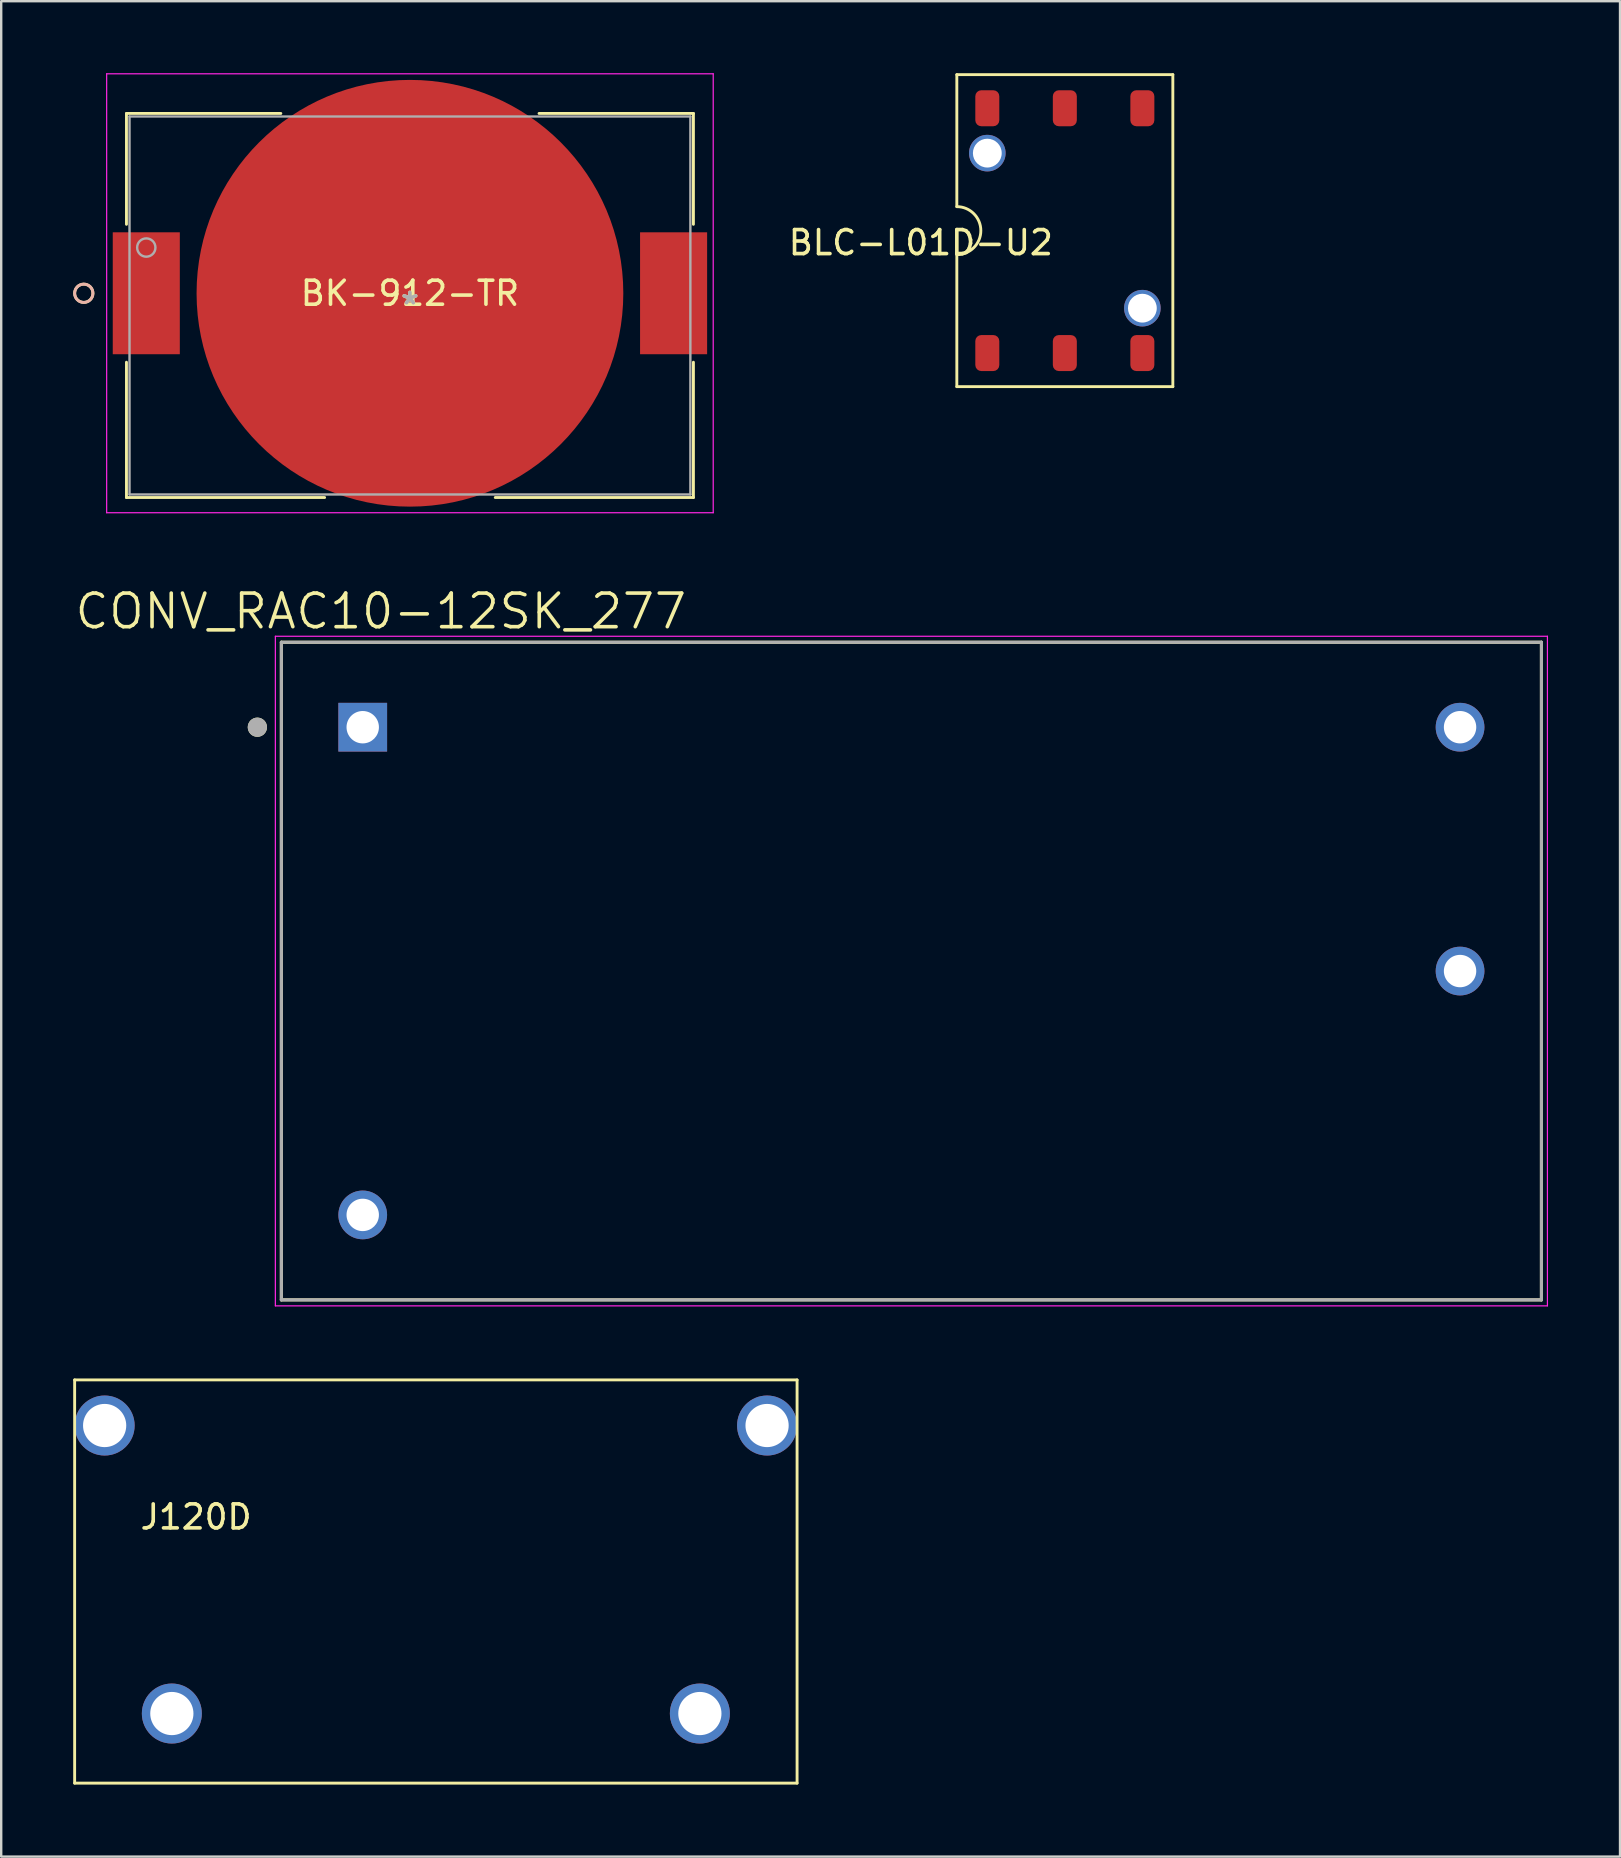
<source format=kicad_pcb>
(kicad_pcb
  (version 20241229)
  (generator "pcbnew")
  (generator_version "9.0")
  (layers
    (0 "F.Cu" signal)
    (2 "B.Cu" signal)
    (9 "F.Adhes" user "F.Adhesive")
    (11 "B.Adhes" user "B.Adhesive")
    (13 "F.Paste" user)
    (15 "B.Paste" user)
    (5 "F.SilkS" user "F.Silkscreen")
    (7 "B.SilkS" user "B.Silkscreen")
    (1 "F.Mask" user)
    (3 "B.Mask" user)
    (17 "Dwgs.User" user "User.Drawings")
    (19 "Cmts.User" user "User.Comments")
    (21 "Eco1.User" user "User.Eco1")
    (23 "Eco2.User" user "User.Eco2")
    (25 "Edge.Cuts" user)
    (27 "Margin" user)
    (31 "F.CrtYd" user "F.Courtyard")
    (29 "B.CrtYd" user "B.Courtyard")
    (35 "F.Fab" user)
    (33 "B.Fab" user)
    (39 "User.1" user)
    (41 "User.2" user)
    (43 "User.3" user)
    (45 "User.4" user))
  (footprint "J120D"
    (layer "F.Cu")
    (at 1.31 56.344)
    (property "Reference" "J120D" (at 3.81 3.81 0) (layer "F.SilkS") (effects (font (size 1 1) (thickness 0.15))))
    (attr through_hole)
    (fp_line (start -1.25 -1.9) (end -1.25 14.9) (stroke (width 0.12) (type solid)) (layer "F.SilkS"))
    (fp_line (start -1.25 -1.9) (end 28.85 -1.9) (stroke (width 0.12) (type solid)) (layer "F.SilkS"))
    (fp_line (start 28.85 -1.9) (end 28.85 14.9) (stroke (width 0.12) (type solid)) (layer "F.SilkS"))
    (fp_line (start 28.85 14.9) (end -1.25 14.9) (stroke (width 0.12) (type solid)) (layer "F.SilkS"))
    (pad "1" thru_hole circle (at 2.8 12) (size 2.5 2.5) (drill 1.8) (layers "*.Cu" "*.Mask"))
    (pad "2" thru_hole circle (at 24.8 12) (size 2.5 2.5) (drill 1.8) (layers "*.Cu" "*.Mask"))
    (pad "3" thru_hole circle (at 27.6 0) (size 2.5 2.5) (drill 1.8) (layers "*.Cu" "*.Mask"))
    (pad "4" thru_hole circle (at 0 0) (size 2.5 2.5) (drill 1.8) (layers "*.Cu" "*.Mask")))
  (footprint "BLC-L01D-U2"
    (layer "F.Cu")
    (at 41.316 6.56)
    (property "Reference" "BLC-L01D-U2" (at -6 0.5 0) (layer "F.SilkS") (effects (font (size 1 1) (thickness 0.15))))
    (attr through_hole)
    (fp_line (start -4.5 -6.5) (end 4.5 -6.5) (stroke (width 0.12) (type solid)) (layer "F.SilkS"))
    (fp_line (start -4.5 -1) (end -4.5 -6.5) (stroke (width 0.12) (type solid)) (layer "F.SilkS"))
    (fp_line (start -4.5 1) (end -4.5 6.5) (stroke (width 0.12) (type solid)) (layer "F.SilkS"))
    (fp_line (start 4.5 -6.5) (end 4.5 6.5) (stroke (width 0.12) (type solid)) (layer "F.SilkS"))
    (fp_line (start 4.5 6.5) (end -4.5 6.5) (stroke (width 0.12) (type solid)) (layer "F.SilkS"))
    (fp_arc (start -4.5 -1) (mid -3.5 0) (end -4.5 1) (stroke (width 0.12) (type solid)) (layer "F.SilkS"))
    (pad "0" thru_hole circle (at -3.23 -3.23) (size 1.524 1.524) (drill 1.2) (layers "*.Mask" "F.Cu"))
    (pad "0" thru_hole circle (at 3.23 3.23) (size 1.524 1.524) (drill 1.2) (layers "*.Mask" "F.Cu"))
    (pad "1" smd roundrect (at -3.23 -5.1) (size 1 1.5) (layers "F.Cu" "F.Mask" "F.Paste") (roundrect_rratio 0.25))
    (pad "2" smd roundrect (at 0 -5.1) (size 1 1.5) (layers "F.Cu" "F.Mask" "F.Paste") (roundrect_rratio 0.25))
    (pad "3" smd roundrect (at 3.23 -5.1) (size 1 1.5) (layers "F.Cu" "F.Mask" "F.Paste") (roundrect_rratio 0.25))
    (pad "4" smd roundrect (at -3.23 5.1) (size 1 1.5) (layers "F.Cu" "F.Mask" "F.Paste") (roundrect_rratio 0.25))
    (pad "5" smd roundrect (at 0 5.1) (size 1 1.5) (layers "F.Cu" "F.Mask" "F.Paste") (roundrect_rratio 0.25))
    (pad "6" smd roundrect (at 3.23 5.1) (size 1 1.5) (layers "F.Cu" "F.Mask" "F.Paste") (roundrect_rratio 0.25)))
  (footprint "BK-912-TR"
    (layer "F.Cu")
    (at 14.03 9.678)
    (property "Reference" "BK-912-TR" (at 0 -0.509 0) (layer "F.SilkS") (effects (font (size 1 1) (thickness 0.15))))
    (attr through_hole)
    (fp_line (start -11.811 -8.001) (end -11.811 -3.382) (stroke (width 0.12) (type solid)) (layer "F.SilkS"))
    (fp_line (start -11.811 2.364) (end -11.811 8.001) (stroke (width 0.12) (type solid)) (layer "F.SilkS"))
    (fp_line (start -11.811 8.001) (end -3.555 8.001) (stroke (width 0.12) (type solid)) (layer "F.SilkS"))
    (fp_line (start -5.379 -8.001) (end -11.811 -8.001) (stroke (width 0.12) (type solid)) (layer "F.SilkS"))
    (fp_line (start 3.555 8.001) (end 11.811 8.001) (stroke (width 0.12) (type solid)) (layer "F.SilkS"))
    (fp_line (start 11.811 -8.001) (end 5.379 -8.001) (stroke (width 0.12) (type solid)) (layer "F.SilkS"))
    (fp_line (start 11.811 -3.382) (end 11.811 -8.001) (stroke (width 0.12) (type solid)) (layer "F.SilkS"))
    (fp_line (start 11.811 8.001) (end 11.811 2.364) (stroke (width 0.12) (type solid)) (layer "F.SilkS"))
    (fp_circle (center -13.589 -0.509) (end -13.208 -0.509) (stroke (width 0.12) (type solid)) (fill no) (layer "F.SilkS"))
    (fp_circle (center -13.589 -0.509) (end -13.208 -0.509) (stroke (width 0.12) (type solid)) (fill no) (layer "B.SilkS"))
    (fp_line (start -12.636 -9.653) (end -12.636 8.635) (stroke (width 0.05) (type solid)) (layer "F.CrtYd"))
    (fp_line (start -12.636 8.635) (end 12.636 8.635) (stroke (width 0.05) (type solid)) (layer "F.CrtYd"))
    (fp_line (start 12.636 -9.653) (end -12.636 -9.653) (stroke (width 0.05) (type solid)) (layer "F.CrtYd"))
    (fp_line (start 12.636 8.635) (end 12.636 -9.653) (stroke (width 0.05) (type solid)) (layer "F.CrtYd"))
    (fp_line (start -11.684 -7.874) (end -11.684 7.874) (stroke (width 0.1) (type solid)) (layer "F.Fab"))
    (fp_line (start -11.684 7.874) (end 11.684 7.874) (stroke (width 0.1) (type solid)) (layer "F.Fab"))
    (fp_line (start 11.684 -7.874) (end -11.684 -7.874) (stroke (width 0.1) (type solid)) (layer "F.Fab"))
    (fp_line (start 11.684 7.874) (end 11.684 -7.874) (stroke (width 0.1) (type solid)) (layer "F.Fab"))
    (fp_circle (center -10.985 -2.414) (end -10.604 -2.414) (stroke (width 0.1) (type solid)) (fill no) (layer "F.Fab"))
    (fp_text user "*" (at 0 0 0) (layer "F.SilkS") (effects (font (size 1 1) (thickness 0.15))))
    (fp_text user "Copyright 2021 Accelerated Designs. All rights reserved." (at 0 0 0) (layer "Cmts.User") (effects (font (size 0.127 0.127) (thickness 0.002))))
    (fp_text user "*" (at 0 0 0) (layer "F.Fab") (effects (font (size 1 1) (thickness 0.15))))
    (pad "1" smd rect (at -10.985 -0.509) (size 2.794 5.08) (layers "F.Cu" "F.Mask" "F.Paste"))
    (pad "2" smd rect (at 10.985 -0.509) (size 2.794 5.08) (layers "F.Cu" "F.Mask" "F.Paste"))
    (pad "3" smd circle (at 0 -0.509 90) (size 17.78 17.78) (layers "F.Cu" "F.Mask" "F.Paste")))
  (footprint "CONV_RAC10-12SK_277"
    (layer "F.Cu")
    (at 34.923 37.409)
    (property "Reference" "CONV_RAC10-12SK_277" (at -22.105 -14.989 0) (layer "F.SilkS") (effects (font (size 1.4 1.4) (thickness 0.15))))
    (attr through_hole)
    (fp_line (start -26.25 -13.7) (end 26.25 -13.7) (stroke (width 0.127) (type solid)) (layer "F.SilkS"))
    (fp_line (start -26.25 13.7) (end -26.25 -13.7) (stroke (width 0.127) (type solid)) (layer "F.SilkS"))
    (fp_line (start 26.25 -13.7) (end 26.25 13.7) (stroke (width 0.127) (type solid)) (layer "F.SilkS"))
    (fp_line (start 26.25 13.7) (end -26.25 13.7) (stroke (width 0.127) (type solid)) (layer "F.SilkS"))
    (fp_circle (center -27.25 -10.16) (end -27.05 -10.16) (stroke (width 0.4) (type solid)) (fill no) (layer "F.SilkS"))
    (fp_line (start -26.5 -13.95) (end 26.5 -13.95) (stroke (width 0.05) (type solid)) (layer "F.CrtYd"))
    (fp_line (start -26.5 13.95) (end -26.5 -13.95) (stroke (width 0.05) (type solid)) (layer "F.CrtYd"))
    (fp_line (start 26.5 -13.95) (end 26.5 13.95) (stroke (width 0.05) (type solid)) (layer "F.CrtYd"))
    (fp_line (start 26.5 13.95) (end -26.5 13.95) (stroke (width 0.05) (type solid)) (layer "F.CrtYd"))
    (fp_line (start -26.25 -13.7) (end 26.25 -13.7) (stroke (width 0.127) (type solid)) (layer "F.Fab"))
    (fp_line (start -26.25 13.7) (end -26.25 -13.7) (stroke (width 0.127) (type solid)) (layer "F.Fab"))
    (fp_line (start 26.25 -13.7) (end 26.25 13.7) (stroke (width 0.127) (type solid)) (layer "F.Fab"))
    (fp_line (start 26.25 13.7) (end -26.25 13.7) (stroke (width 0.127) (type solid)) (layer "F.Fab"))
    (fp_circle (center -27.25 -10.16) (end -27.05 -10.16) (stroke (width 0.4) (type solid)) (fill no) (layer "F.Fab"))
    (pad "1" thru_hole rect (at -22.86 -10.16) (size 2.03 2.03) (drill 1.35) (layers "*.Cu" "*.Mask"))
    (pad "2" thru_hole circle (at -22.86 10.16) (size 2.03 2.03) (drill 1.35) (layers "*.Cu" "*.Mask"))
    (pad "4" thru_hole circle (at 22.86 0) (size 2.03 2.03) (drill 1.35) (layers "*.Cu" "*.Mask"))
    (pad "5" thru_hole circle (at 22.86 -10.16) (size 2.03 2.03) (drill 1.35) (layers "*.Cu" "*.Mask")))
  (gr_rect
    (start -3 -3)
    (end 64.448 74.304)
    (stroke (width 0.1) (type default))
    (fill no)
    (layer "Edge.Cuts")))
</source>
